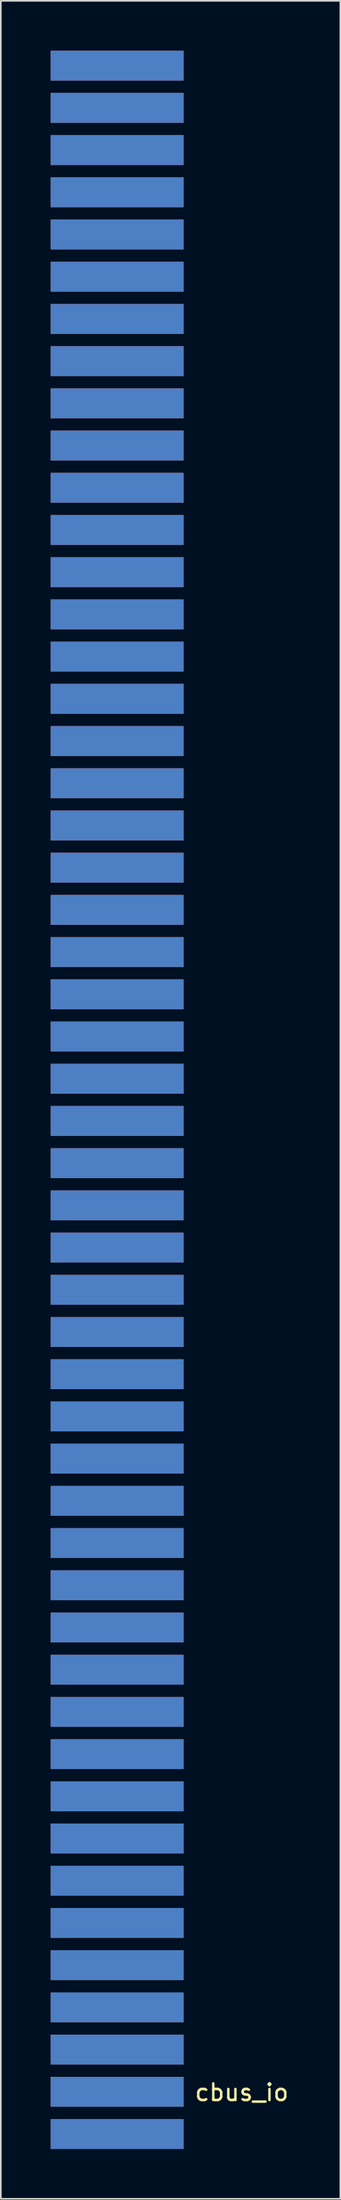
<source format=kicad_pcb>
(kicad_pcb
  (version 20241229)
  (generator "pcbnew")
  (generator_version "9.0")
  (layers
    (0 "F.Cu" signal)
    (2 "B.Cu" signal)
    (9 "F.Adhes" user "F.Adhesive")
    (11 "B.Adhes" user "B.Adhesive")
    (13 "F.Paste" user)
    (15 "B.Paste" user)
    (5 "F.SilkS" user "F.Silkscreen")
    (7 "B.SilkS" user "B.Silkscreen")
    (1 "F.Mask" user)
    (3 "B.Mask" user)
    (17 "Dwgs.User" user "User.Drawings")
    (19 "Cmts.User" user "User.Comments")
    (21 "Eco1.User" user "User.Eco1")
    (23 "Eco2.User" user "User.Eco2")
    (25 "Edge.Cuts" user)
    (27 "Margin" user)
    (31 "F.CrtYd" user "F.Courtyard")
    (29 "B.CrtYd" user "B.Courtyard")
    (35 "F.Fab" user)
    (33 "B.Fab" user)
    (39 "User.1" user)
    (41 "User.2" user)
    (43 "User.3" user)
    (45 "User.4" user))
  (footprint "cbus_io"
    (layer "F.Cu")
    (at 4 125.36)
    (property "Reference" "cbus_io" (at 7.5 -2.5 0) (layer "F.SilkS") (effects (font (size 1 1) (thickness 0.15))))
    (attr through_hole)
    (pad "A1" connect rect (at 0 0) (size 8 1.8) (layers "B.Cu" "B.Mask"))
    (pad "A2" connect rect (at 0 -2.54) (size 8 1.8) (layers "B.Cu" "B.Mask"))
    (pad "A3" connect rect (at 0 -5.08) (size 8 1.8) (layers "B.Cu" "B.Mask"))
    (pad "A4" connect rect (at 0 -7.62) (size 8 1.8) (layers "B.Cu" "B.Mask"))
    (pad "A5" connect rect (at 0 -10.16) (size 8 1.8) (layers "B.Cu" "B.Mask"))
    (pad "A6" connect rect (at 0 -12.7) (size 8 1.8) (layers "B.Cu" "B.Mask"))
    (pad "A7" connect rect (at 0 -15.24) (size 8 1.8) (layers "B.Cu" "B.Mask"))
    (pad "A8" connect rect (at 0 -17.78) (size 8 1.8) (layers "B.Cu" "B.Mask"))
    (pad "A9" connect rect (at 0 -20.32) (size 8 1.8) (layers "B.Cu" "B.Mask"))
    (pad "A10" connect rect (at 0 -22.86) (size 8 1.8) (layers "B.Cu" "B.Mask"))
    (pad "A11" connect rect (at 0 -25.4) (size 8 1.8) (layers "B.Cu" "B.Mask"))
    (pad "A12" connect rect (at 0 -27.94) (size 8 1.8) (layers "B.Cu" "B.Mask"))
    (pad "A13" connect rect (at 0 -30.48) (size 8 1.8) (layers "B.Cu" "B.Mask"))
    (pad "A14" connect rect (at 0 -33.02) (size 8 1.8) (layers "B.Cu" "B.Mask"))
    (pad "A15" connect rect (at 0 -35.56) (size 8 1.8) (layers "B.Cu" "B.Mask"))
    (pad "A16" connect rect (at 0 -38.1) (size 8 1.8) (layers "B.Cu" "B.Mask"))
    (pad "A17" connect rect (at 0 -40.64) (size 8 1.8) (layers "B.Cu" "B.Mask"))
    (pad "A18" connect rect (at 0 -43.18) (size 8 1.8) (layers "B.Cu" "B.Mask"))
    (pad "A19" connect rect (at 0 -45.72) (size 8 1.8) (layers "B.Cu" "B.Mask"))
    (pad "A20" connect rect (at 0 -48.26) (size 8 1.8) (layers "B.Cu" "B.Mask"))
    (pad "A21" connect rect (at 0 -50.8) (size 8 1.8) (layers "B.Cu" "B.Mask"))
    (pad "A22" connect rect (at 0 -53.34) (size 8 1.8) (layers "B.Cu" "B.Mask"))
    (pad "A23" connect rect (at 0 -55.88) (size 8 1.8) (layers "B.Cu" "B.Mask"))
    (pad "A24" connect rect (at 0 -58.42) (size 8 1.8) (layers "B.Cu" "B.Mask"))
    (pad "A25" connect rect (at 0 -60.96) (size 8 1.8) (layers "B.Cu" "B.Mask"))
    (pad "A26" connect rect (at 0 -63.5) (size 8 1.8) (layers "B.Cu" "B.Mask"))
    (pad "A27" connect rect (at 0 -66.04) (size 8 1.8) (layers "B.Cu" "B.Mask"))
    (pad "A28" connect rect (at 0 -68.58) (size 8 1.8) (layers "B.Cu" "B.Mask"))
    (pad "A29" connect rect (at 0 -71.12) (size 8 1.8) (layers "B.Cu" "B.Mask"))
    (pad "A30" connect rect (at 0 -73.66) (size 8 1.8) (layers "B.Cu" "B.Mask"))
    (pad "A31" connect rect (at 0 -76.2) (size 8 1.8) (layers "B.Cu" "B.Mask"))
    (pad "A32" connect rect (at 0 -78.74) (size 8 1.8) (layers "B.Cu" "B.Mask"))
    (pad "A33" connect rect (at 0 -81.28) (size 8 1.8) (layers "B.Cu" "B.Mask"))
    (pad "A34" connect rect (at 0 -83.82) (size 8 1.8) (layers "B.Cu" "B.Mask"))
    (pad "A35" connect rect (at 0 -86.36) (size 8 1.8) (layers "B.Cu" "B.Mask"))
    (pad "A36" connect rect (at 0 -88.9) (size 8 1.8) (layers "B.Cu" "B.Mask"))
    (pad "A37" connect rect (at 0 -91.44) (size 8 1.8) (layers "B.Cu" "B.Mask"))
    (pad "A38" connect rect (at 0 -93.98) (size 8 1.8) (layers "B.Cu" "B.Mask"))
    (pad "A39" connect rect (at 0 -96.52) (size 8 1.8) (layers "B.Cu" "B.Mask"))
    (pad "A40" connect rect (at 0 -99.06) (size 8 1.8) (layers "B.Cu" "B.Mask"))
    (pad "A41" connect rect (at 0 -101.6) (size 8 1.8) (layers "B.Cu" "B.Mask"))
    (pad "A42" connect rect (at 0 -104.14) (size 8 1.8) (layers "B.Cu" "B.Mask"))
    (pad "A43" connect rect (at 0 -106.68) (size 8 1.8) (layers "B.Cu" "B.Mask"))
    (pad "A44" connect rect (at 0 -109.22) (size 8 1.8) (layers "B.Cu" "B.Mask"))
    (pad "A45" connect rect (at 0 -111.76) (size 8 1.8) (layers "B.Cu" "B.Mask"))
    (pad "A46" connect rect (at 0 -114.3) (size 8 1.8) (layers "B.Cu" "B.Mask"))
    (pad "A47" connect rect (at 0 -116.84) (size 8 1.8) (layers "B.Cu" "B.Mask"))
    (pad "A48" connect rect (at 0 -119.38) (size 8 1.8) (layers "B.Cu" "B.Mask"))
    (pad "A49" connect rect (at 0 -121.92) (size 8 1.8) (layers "B.Cu" "B.Mask"))
    (pad "A50" connect rect (at 0 -124.46) (size 8 1.8) (layers "B.Cu" "B.Mask"))
    (pad "B1" connect rect (at 0 0) (size 8 1.8) (layers "F.Cu" "F.Mask"))
    (pad "B2" connect rect (at 0 -2.54) (size 8 1.8) (layers "F.Cu" "F.Mask"))
    (pad "B3" connect rect (at 0 -5.08) (size 8 1.8) (layers "F.Cu" "F.Mask"))
    (pad "B4" connect rect (at 0 -7.62) (size 8 1.8) (layers "F.Cu" "F.Mask"))
    (pad "B5" connect rect (at 0 -10.16) (size 8 1.8) (layers "F.Cu" "F.Mask"))
    (pad "B6" connect rect (at 0 -12.7) (size 8 1.8) (layers "F.Cu" "F.Mask"))
    (pad "B7" connect rect (at 0 -15.24) (size 8 1.8) (layers "F.Cu" "F.Mask"))
    (pad "B8" connect rect (at 0 -17.78) (size 8 1.8) (layers "F.Cu" "F.Mask"))
    (pad "B9" connect rect (at 0 -20.32) (size 8 1.8) (layers "F.Cu" "F.Mask"))
    (pad "B10" connect rect (at 0 -22.86) (size 8 1.8) (layers "F.Cu" "F.Mask"))
    (pad "B11" connect rect (at 0 -25.4) (size 8 1.8) (layers "F.Cu" "F.Mask"))
    (pad "B12" connect rect (at 0 -27.94) (size 8 1.8) (layers "F.Cu" "F.Mask"))
    (pad "B13" connect rect (at 0 -30.48) (size 8 1.8) (layers "F.Cu" "F.Mask"))
    (pad "B14" connect rect (at 0 -33.02) (size 8 1.8) (layers "F.Cu" "F.Mask"))
    (pad "B15" connect rect (at 0 -35.56) (size 8 1.8) (layers "F.Cu" "F.Mask"))
    (pad "B16" connect rect (at 0 -38.1) (size 8 1.8) (layers "F.Cu" "F.Mask"))
    (pad "B17" connect rect (at 0 -40.64) (size 8 1.8) (layers "F.Cu" "F.Mask"))
    (pad "B18" connect rect (at 0 -43.18) (size 8 1.8) (layers "F.Cu" "F.Mask"))
    (pad "B19" connect rect (at 0 -45.72) (size 8 1.8) (layers "F.Cu" "F.Mask"))
    (pad "B20" connect rect (at 0 -48.26) (size 8 1.8) (layers "F.Cu" "F.Mask"))
    (pad "B21" connect rect (at 0 -50.8) (size 8 1.8) (layers "F.Cu" "F.Mask"))
    (pad "B22" connect rect (at 0 -53.34) (size 8 1.8) (layers "F.Cu" "F.Mask"))
    (pad "B23" connect rect (at 0 -55.88) (size 8 1.8) (layers "F.Cu" "F.Mask"))
    (pad "B24" connect rect (at 0 -58.42) (size 8 1.8) (layers "F.Cu" "F.Mask"))
    (pad "B25" connect rect (at 0 -60.96) (size 8 1.8) (layers "F.Cu" "F.Mask"))
    (pad "B26" connect rect (at 0 -63.5) (size 8 1.8) (layers "F.Cu" "F.Mask"))
    (pad "B27" connect rect (at 0 -66.04) (size 8 1.8) (layers "F.Cu" "F.Mask"))
    (pad "B28" connect rect (at 0 -68.58) (size 8 1.8) (layers "F.Cu" "F.Mask"))
    (pad "B29" connect rect (at 0 -71.12) (size 8 1.8) (layers "F.Cu" "F.Mask"))
    (pad "B30" connect rect (at 0 -73.66) (size 8 1.8) (layers "F.Cu" "F.Mask"))
    (pad "B31" connect rect (at 0 -76.2) (size 8 1.8) (layers "F.Cu" "F.Mask"))
    (pad "B32" connect rect (at 0 -78.74) (size 8 1.8) (layers "F.Cu" "F.Mask"))
    (pad "B33" connect rect (at 0 -81.28) (size 8 1.8) (layers "F.Cu" "F.Mask"))
    (pad "B34" connect rect (at 0 -83.82) (size 8 1.8) (layers "F.Cu" "F.Mask"))
    (pad "B35" connect rect (at 0 -86.36) (size 8 1.8) (layers "F.Cu" "F.Mask"))
    (pad "B36" connect rect (at 0 -88.9) (size 8 1.8) (layers "F.Cu" "F.Mask"))
    (pad "B37" connect rect (at 0 -91.44) (size 8 1.8) (layers "F.Cu" "F.Mask"))
    (pad "B38" connect rect (at 0 -93.98) (size 8 1.8) (layers "F.Cu" "F.Mask"))
    (pad "B39" connect rect (at 0 -96.52) (size 8 1.8) (layers "F.Cu" "F.Mask"))
    (pad "B40" connect rect (at 0 -99.06) (size 8 1.8) (layers "F.Cu" "F.Mask"))
    (pad "B41" connect rect (at 0 -101.6) (size 8 1.8) (layers "F.Cu" "F.Mask"))
    (pad "B42" connect rect (at 0 -104.14) (size 8 1.8) (layers "F.Cu" "F.Mask"))
    (pad "B43" connect rect (at 0 -106.68) (size 8 1.8) (layers "F.Cu" "F.Mask"))
    (pad "B44" connect rect (at 0 -109.22) (size 8 1.8) (layers "F.Cu" "F.Mask"))
    (pad "B45" connect rect (at 0 -111.76) (size 8 1.8) (layers "F.Cu" "F.Mask"))
    (pad "B46" connect rect (at 0 -114.3) (size 8 1.8) (layers "F.Cu" "F.Mask"))
    (pad "B47" connect rect (at 0 -116.84) (size 8 1.8) (layers "F.Cu" "F.Mask"))
    (pad "B48" connect rect (at 0 -119.38) (size 8 1.8) (layers "F.Cu" "F.Mask"))
    (pad "B49" connect rect (at 0 -121.92) (size 8 1.8) (layers "F.Cu" "F.Mask"))
    (pad "B50" connect rect (at 0 -124.46) (size 8 1.8) (layers "F.Cu" "F.Mask")))
  (gr_rect
    (start -3 -3)
    (end 17.435 129.26)
    (stroke (width 0.1) (type default))
    (fill no)
    (layer "Edge.Cuts")))
</source>
